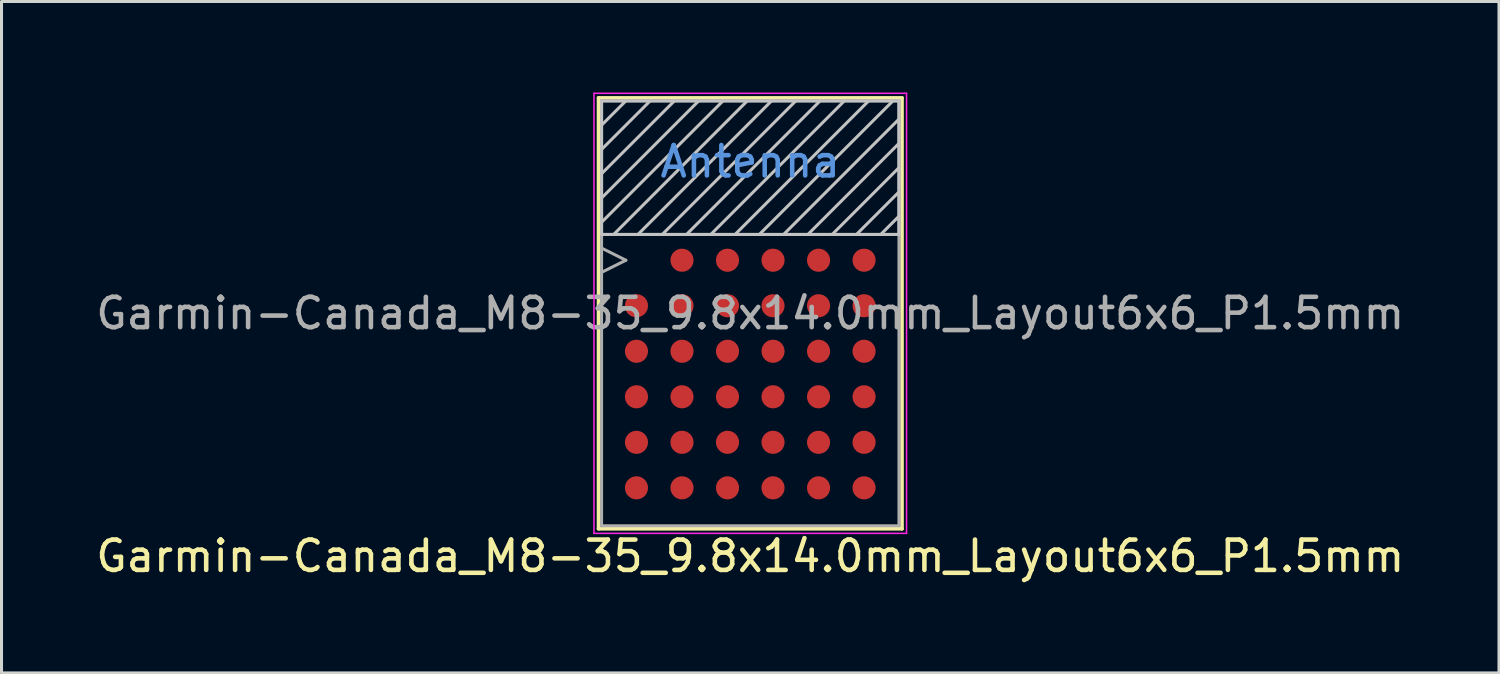
<source format=kicad_pcb>
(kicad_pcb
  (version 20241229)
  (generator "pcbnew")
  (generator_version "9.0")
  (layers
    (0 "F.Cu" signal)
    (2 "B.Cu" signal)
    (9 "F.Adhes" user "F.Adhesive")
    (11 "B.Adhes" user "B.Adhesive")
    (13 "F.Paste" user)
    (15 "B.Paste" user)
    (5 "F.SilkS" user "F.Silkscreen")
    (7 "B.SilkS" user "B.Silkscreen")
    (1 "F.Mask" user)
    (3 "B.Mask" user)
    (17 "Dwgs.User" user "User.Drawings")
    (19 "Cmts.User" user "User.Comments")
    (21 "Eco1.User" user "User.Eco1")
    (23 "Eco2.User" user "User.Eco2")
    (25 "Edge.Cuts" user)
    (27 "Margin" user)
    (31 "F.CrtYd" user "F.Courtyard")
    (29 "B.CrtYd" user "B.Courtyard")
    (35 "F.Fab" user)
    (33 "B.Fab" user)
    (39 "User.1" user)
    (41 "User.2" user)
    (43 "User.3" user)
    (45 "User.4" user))
  (footprint "Garmin-Canada_M8-35_9.8x14.0mm_Layout6x6_P1.5mm"
    (layer "F.Cu")
    (at 21.673 7.275)
    (property "Reference" "Garmin-Canada_M8-35_9.8x14.0mm_Layout6x6_P1.5mm" (at 0 8 0) (layer "F.SilkS") (effects (font (size 1 1) (thickness 0.15))))
    (attr smd)
    (fp_line (start -5 -7.1) (end -5 7.1) (stroke (width 0.12) (type solid)) (layer "F.SilkS"))
    (fp_line (start -5 7.1) (end 5 7.1) (stroke (width 0.12) (type solid)) (layer "F.SilkS"))
    (fp_line (start 5 -7.1) (end -5 -7.1) (stroke (width 0.12) (type solid)) (layer "F.SilkS"))
    (fp_line (start 5 7.1) (end 5 -7.1) (stroke (width 0.12) (type solid)) (layer "F.SilkS"))
    (fp_poly (pts (xy -4.18 -0.315) (xy -4.18 -0.68) (xy -3.815 -0.68) (xy -3.815 -0.315)) (stroke (width 0) (type solid)) (fill yes) (layer "F.Paste"))
    (fp_poly (pts (xy -4.18 0.18) (xy -4.18 -0.185) (xy -3.815 -0.185) (xy -3.815 0.18)) (stroke (width 0) (type solid)) (fill yes) (layer "F.Paste"))
    (fp_poly (pts (xy -4.18 1.185) (xy -4.18 0.82) (xy -3.815 0.82) (xy -3.815 1.185)) (stroke (width 0) (type solid)) (fill yes) (layer "F.Paste"))
    (fp_poly (pts (xy -4.18 1.68) (xy -4.18 1.315) (xy -3.815 1.315) (xy -3.815 1.68)) (stroke (width 0) (type solid)) (fill yes) (layer "F.Paste"))
    (fp_poly (pts (xy -4.18 2.685) (xy -4.18 2.32) (xy -3.815 2.32) (xy -3.815 2.685)) (stroke (width 0) (type solid)) (fill yes) (layer "F.Paste"))
    (fp_poly (pts (xy -4.18 3.18) (xy -4.18 2.815) (xy -3.815 2.815) (xy -3.815 3.18)) (stroke (width 0) (type solid)) (fill yes) (layer "F.Paste"))
    (fp_poly (pts (xy -4.18 4.185) (xy -4.18 3.82) (xy -3.815 3.82) (xy -3.815 4.185)) (stroke (width 0) (type solid)) (fill yes) (layer "F.Paste"))
    (fp_poly (pts (xy -4.18 4.68) (xy -4.18 4.315) (xy -3.815 4.315) (xy -3.815 4.68)) (stroke (width 0) (type solid)) (fill yes) (layer "F.Paste"))
    (fp_poly (pts (xy -4.18 5.685) (xy -4.18 5.32) (xy -3.815 5.32) (xy -3.815 5.685)) (stroke (width 0) (type solid)) (fill yes) (layer "F.Paste"))
    (fp_poly (pts (xy -4.18 6.18) (xy -4.18 5.815) (xy -3.815 5.815) (xy -3.815 6.18)) (stroke (width 0) (type solid)) (fill yes) (layer "F.Paste"))
    (fp_poly (pts (xy -3.685 -0.315) (xy -3.685 -0.68) (xy -3.32 -0.68) (xy -3.32 -0.315)) (stroke (width 0) (type solid)) (fill yes) (layer "F.Paste"))
    (fp_poly (pts (xy -3.685 0.18) (xy -3.685 -0.185) (xy -3.32 -0.185) (xy -3.32 0.18)) (stroke (width 0) (type solid)) (fill yes) (layer "F.Paste"))
    (fp_poly (pts (xy -3.685 1.185) (xy -3.685 0.82) (xy -3.32 0.82) (xy -3.32 1.185)) (stroke (width 0) (type solid)) (fill yes) (layer "F.Paste"))
    (fp_poly (pts (xy -3.685 1.68) (xy -3.685 1.315) (xy -3.32 1.315) (xy -3.32 1.68)) (stroke (width 0) (type solid)) (fill yes) (layer "F.Paste"))
    (fp_poly (pts (xy -3.685 2.685) (xy -3.685 2.32) (xy -3.32 2.32) (xy -3.32 2.685)) (stroke (width 0) (type solid)) (fill yes) (layer "F.Paste"))
    (fp_poly (pts (xy -3.685 3.18) (xy -3.685 2.815) (xy -3.32 2.815) (xy -3.32 3.18)) (stroke (width 0) (type solid)) (fill yes) (layer "F.Paste"))
    (fp_poly (pts (xy -3.685 4.185) (xy -3.685 3.82) (xy -3.32 3.82) (xy -3.32 4.185)) (stroke (width 0) (type solid)) (fill yes) (layer "F.Paste"))
    (fp_poly (pts (xy -3.685 4.68) (xy -3.685 4.315) (xy -3.32 4.315) (xy -3.32 4.68)) (stroke (width 0) (type solid)) (fill yes) (layer "F.Paste"))
    (fp_poly (pts (xy -3.685 5.685) (xy -3.685 5.32) (xy -3.32 5.32) (xy -3.32 5.685)) (stroke (width 0) (type solid)) (fill yes) (layer "F.Paste"))
    (fp_poly (pts (xy -3.685 6.18) (xy -3.685 5.815) (xy -3.32 5.815) (xy -3.32 6.18)) (stroke (width 0) (type solid)) (fill yes) (layer "F.Paste"))
    (fp_poly (pts (xy -2.68 -1.815) (xy -2.68 -2.18) (xy -2.315 -2.18) (xy -2.315 -1.815)) (stroke (width 0) (type solid)) (fill yes) (layer "F.Paste"))
    (fp_poly (pts (xy -2.68 -1.32) (xy -2.68 -1.685) (xy -2.315 -1.685) (xy -2.315 -1.32)) (stroke (width 0) (type solid)) (fill yes) (layer "F.Paste"))
    (fp_poly (pts (xy -2.68 -0.315) (xy -2.68 -0.68) (xy -2.315 -0.68) (xy -2.315 -0.315)) (stroke (width 0) (type solid)) (fill yes) (layer "F.Paste"))
    (fp_poly (pts (xy -2.68 0.18) (xy -2.68 -0.185) (xy -2.315 -0.185) (xy -2.315 0.18)) (stroke (width 0) (type solid)) (fill yes) (layer "F.Paste"))
    (fp_poly (pts (xy -2.68 1.185) (xy -2.68 0.82) (xy -2.315 0.82) (xy -2.315 1.185)) (stroke (width 0) (type solid)) (fill yes) (layer "F.Paste"))
    (fp_poly (pts (xy -2.68 1.68) (xy -2.68 1.315) (xy -2.315 1.315) (xy -2.315 1.68)) (stroke (width 0) (type solid)) (fill yes) (layer "F.Paste"))
    (fp_poly (pts (xy -2.68 2.685) (xy -2.68 2.32) (xy -2.315 2.32) (xy -2.315 2.685)) (stroke (width 0) (type solid)) (fill yes) (layer "F.Paste"))
    (fp_poly (pts (xy -2.68 3.18) (xy -2.68 2.815) (xy -2.315 2.815) (xy -2.315 3.18)) (stroke (width 0) (type solid)) (fill yes) (layer "F.Paste"))
    (fp_poly (pts (xy -2.68 4.185) (xy -2.68 3.82) (xy -2.315 3.82) (xy -2.315 4.185)) (stroke (width 0) (type solid)) (fill yes) (layer "F.Paste"))
    (fp_poly (pts (xy -2.68 4.68) (xy -2.68 4.315) (xy -2.315 4.315) (xy -2.315 4.68)) (stroke (width 0) (type solid)) (fill yes) (layer "F.Paste"))
    (fp_poly (pts (xy -2.68 5.685) (xy -2.68 5.32) (xy -2.315 5.32) (xy -2.315 5.685)) (stroke (width 0) (type solid)) (fill yes) (layer "F.Paste"))
    (fp_poly (pts (xy -2.68 6.18) (xy -2.68 5.815) (xy -2.315 5.815) (xy -2.315 6.18)) (stroke (width 0) (type solid)) (fill yes) (layer "F.Paste"))
    (fp_poly (pts (xy -2.185 -1.815) (xy -2.185 -2.18) (xy -1.82 -2.18) (xy -1.82 -1.815)) (stroke (width 0) (type solid)) (fill yes) (layer "F.Paste"))
    (fp_poly (pts (xy -2.185 -1.32) (xy -2.185 -1.685) (xy -1.82 -1.685) (xy -1.82 -1.32)) (stroke (width 0) (type solid)) (fill yes) (layer "F.Paste"))
    (fp_poly (pts (xy -2.185 -0.315) (xy -2.185 -0.68) (xy -1.82 -0.68) (xy -1.82 -0.315)) (stroke (width 0) (type solid)) (fill yes) (layer "F.Paste"))
    (fp_poly (pts (xy -2.185 0.18) (xy -2.185 -0.185) (xy -1.82 -0.185) (xy -1.82 0.18)) (stroke (width 0) (type solid)) (fill yes) (layer "F.Paste"))
    (fp_poly (pts (xy -2.185 1.185) (xy -2.185 0.82) (xy -1.82 0.82) (xy -1.82 1.185)) (stroke (width 0) (type solid)) (fill yes) (layer "F.Paste"))
    (fp_poly (pts (xy -2.185 1.68) (xy -2.185 1.315) (xy -1.82 1.315) (xy -1.82 1.68)) (stroke (width 0) (type solid)) (fill yes) (layer "F.Paste"))
    (fp_poly (pts (xy -2.185 2.685) (xy -2.185 2.32) (xy -1.82 2.32) (xy -1.82 2.685)) (stroke (width 0) (type solid)) (fill yes) (layer "F.Paste"))
    (fp_poly (pts (xy -2.185 3.18) (xy -2.185 2.815) (xy -1.82 2.815) (xy -1.82 3.18)) (stroke (width 0) (type solid)) (fill yes) (layer "F.Paste"))
    (fp_poly (pts (xy -2.185 4.185) (xy -2.185 3.82) (xy -1.82 3.82) (xy -1.82 4.185)) (stroke (width 0) (type solid)) (fill yes) (layer "F.Paste"))
    (fp_poly (pts (xy -2.185 4.68) (xy -2.185 4.315) (xy -1.82 4.315) (xy -1.82 4.68)) (stroke (width 0) (type solid)) (fill yes) (layer "F.Paste"))
    (fp_poly (pts (xy -2.185 5.685) (xy -2.185 5.32) (xy -1.82 5.32) (xy -1.82 5.685)) (stroke (width 0) (type solid)) (fill yes) (layer "F.Paste"))
    (fp_poly (pts (xy -2.185 6.18) (xy -2.185 5.815) (xy -1.82 5.815) (xy -1.82 6.18)) (stroke (width 0) (type solid)) (fill yes) (layer "F.Paste"))
    (fp_poly (pts (xy -1.18 -1.815) (xy -1.18 -2.18) (xy -0.815 -2.18) (xy -0.815 -1.815)) (stroke (width 0) (type solid)) (fill yes) (layer "F.Paste"))
    (fp_poly (pts (xy -1.18 -1.32) (xy -1.18 -1.685) (xy -0.815 -1.685) (xy -0.815 -1.32)) (stroke (width 0) (type solid)) (fill yes) (layer "F.Paste"))
    (fp_poly (pts (xy -1.18 -0.315) (xy -1.18 -0.68) (xy -0.815 -0.68) (xy -0.815 -0.315)) (stroke (width 0) (type solid)) (fill yes) (layer "F.Paste"))
    (fp_poly (pts (xy -1.18 0.18) (xy -1.18 -0.185) (xy -0.815 -0.185) (xy -0.815 0.18)) (stroke (width 0) (type solid)) (fill yes) (layer "F.Paste"))
    (fp_poly (pts (xy -1.18 1.185) (xy -1.18 0.82) (xy -0.815 0.82) (xy -0.815 1.185)) (stroke (width 0) (type solid)) (fill yes) (layer "F.Paste"))
    (fp_poly (pts (xy -1.18 1.68) (xy -1.18 1.315) (xy -0.815 1.315) (xy -0.815 1.68)) (stroke (width 0) (type solid)) (fill yes) (layer "F.Paste"))
    (fp_poly (pts (xy -1.18 2.685) (xy -1.18 2.32) (xy -0.815 2.32) (xy -0.815 2.685)) (stroke (width 0) (type solid)) (fill yes) (layer "F.Paste"))
    (fp_poly (pts (xy -1.18 3.18) (xy -1.18 2.815) (xy -0.815 2.815) (xy -0.815 3.18)) (stroke (width 0) (type solid)) (fill yes) (layer "F.Paste"))
    (fp_poly (pts (xy -1.18 4.185) (xy -1.18 3.82) (xy -0.815 3.82) (xy -0.815 4.185)) (stroke (width 0) (type solid)) (fill yes) (layer "F.Paste"))
    (fp_poly (pts (xy -1.18 4.68) (xy -1.18 4.315) (xy -0.815 4.315) (xy -0.815 4.68)) (stroke (width 0) (type solid)) (fill yes) (layer "F.Paste"))
    (fp_poly (pts (xy -1.18 5.685) (xy -1.18 5.32) (xy -0.815 5.32) (xy -0.815 5.685)) (stroke (width 0) (type solid)) (fill yes) (layer "F.Paste"))
    (fp_poly (pts (xy -1.18 6.18) (xy -1.18 5.815) (xy -0.815 5.815) (xy -0.815 6.18)) (stroke (width 0) (type solid)) (fill yes) (layer "F.Paste"))
    (fp_poly (pts (xy -0.685 -1.815) (xy -0.685 -2.18) (xy -0.32 -2.18) (xy -0.32 -1.815)) (stroke (width 0) (type solid)) (fill yes) (layer "F.Paste"))
    (fp_poly (pts (xy -0.685 -1.32) (xy -0.685 -1.685) (xy -0.32 -1.685) (xy -0.32 -1.32)) (stroke (width 0) (type solid)) (fill yes) (layer "F.Paste"))
    (fp_poly (pts (xy -0.685 -0.315) (xy -0.685 -0.68) (xy -0.32 -0.68) (xy -0.32 -0.315)) (stroke (width 0) (type solid)) (fill yes) (layer "F.Paste"))
    (fp_poly (pts (xy -0.685 0.18) (xy -0.685 -0.185) (xy -0.32 -0.185) (xy -0.32 0.18)) (stroke (width 0) (type solid)) (fill yes) (layer "F.Paste"))
    (fp_poly (pts (xy -0.685 1.185) (xy -0.685 0.82) (xy -0.32 0.82) (xy -0.32 1.185)) (stroke (width 0) (type solid)) (fill yes) (layer "F.Paste"))
    (fp_poly (pts (xy -0.685 1.68) (xy -0.685 1.315) (xy -0.32 1.315) (xy -0.32 1.68)) (stroke (width 0) (type solid)) (fill yes) (layer "F.Paste"))
    (fp_poly (pts (xy -0.685 2.685) (xy -0.685 2.32) (xy -0.32 2.32) (xy -0.32 2.685)) (stroke (width 0) (type solid)) (fill yes) (layer "F.Paste"))
    (fp_poly (pts (xy -0.685 3.18) (xy -0.685 2.815) (xy -0.32 2.815) (xy -0.32 3.18)) (stroke (width 0) (type solid)) (fill yes) (layer "F.Paste"))
    (fp_poly (pts (xy -0.685 4.185) (xy -0.685 3.82) (xy -0.32 3.82) (xy -0.32 4.185)) (stroke (width 0) (type solid)) (fill yes) (layer "F.Paste"))
    (fp_poly (pts (xy -0.685 4.68) (xy -0.685 4.315) (xy -0.32 4.315) (xy -0.32 4.68)) (stroke (width 0) (type solid)) (fill yes) (layer "F.Paste"))
    (fp_poly (pts (xy -0.685 5.685) (xy -0.685 5.32) (xy -0.32 5.32) (xy -0.32 5.685)) (stroke (width 0) (type solid)) (fill yes) (layer "F.Paste"))
    (fp_poly (pts (xy -0.685 6.18) (xy -0.685 5.815) (xy -0.32 5.815) (xy -0.32 6.18)) (stroke (width 0) (type solid)) (fill yes) (layer "F.Paste"))
    (fp_poly (pts (xy 0.32 -1.815) (xy 0.32 -2.18) (xy 0.685 -2.18) (xy 0.685 -1.815)) (stroke (width 0) (type solid)) (fill yes) (layer "F.Paste"))
    (fp_poly (pts (xy 0.32 -1.32) (xy 0.32 -1.685) (xy 0.685 -1.685) (xy 0.685 -1.32)) (stroke (width 0) (type solid)) (fill yes) (layer "F.Paste"))
    (fp_poly (pts (xy 0.32 -0.315) (xy 0.32 -0.68) (xy 0.685 -0.68) (xy 0.685 -0.315)) (stroke (width 0) (type solid)) (fill yes) (layer "F.Paste"))
    (fp_poly (pts (xy 0.32 0.18) (xy 0.32 -0.185) (xy 0.685 -0.185) (xy 0.685 0.18)) (stroke (width 0) (type solid)) (fill yes) (layer "F.Paste"))
    (fp_poly (pts (xy 0.32 1.185) (xy 0.32 0.82) (xy 0.685 0.82) (xy 0.685 1.185)) (stroke (width 0) (type solid)) (fill yes) (layer "F.Paste"))
    (fp_poly (pts (xy 0.32 1.68) (xy 0.32 1.315) (xy 0.685 1.315) (xy 0.685 1.68)) (stroke (width 0) (type solid)) (fill yes) (layer "F.Paste"))
    (fp_poly (pts (xy 0.32 2.685) (xy 0.32 2.32) (xy 0.685 2.32) (xy 0.685 2.685)) (stroke (width 0) (type solid)) (fill yes) (layer "F.Paste"))
    (fp_poly (pts (xy 0.32 3.18) (xy 0.32 2.815) (xy 0.685 2.815) (xy 0.685 3.18)) (stroke (width 0) (type solid)) (fill yes) (layer "F.Paste"))
    (fp_poly (pts (xy 0.32 4.185) (xy 0.32 3.82) (xy 0.685 3.82) (xy 0.685 4.185)) (stroke (width 0) (type solid)) (fill yes) (layer "F.Paste"))
    (fp_poly (pts (xy 0.32 4.68) (xy 0.32 4.315) (xy 0.685 4.315) (xy 0.685 4.68)) (stroke (width 0) (type solid)) (fill yes) (layer "F.Paste"))
    (fp_poly (pts (xy 0.32 5.685) (xy 0.32 5.32) (xy 0.685 5.32) (xy 0.685 5.685)) (stroke (width 0) (type solid)) (fill yes) (layer "F.Paste"))
    (fp_poly (pts (xy 0.32 6.18) (xy 0.32 5.815) (xy 0.685 5.815) (xy 0.685 6.18)) (stroke (width 0) (type solid)) (fill yes) (layer "F.Paste"))
    (fp_poly (pts (xy 0.815 -1.815) (xy 0.815 -2.18) (xy 1.18 -2.18) (xy 1.18 -1.815)) (stroke (width 0) (type solid)) (fill yes) (layer "F.Paste"))
    (fp_poly (pts (xy 0.815 -1.32) (xy 0.815 -1.685) (xy 1.18 -1.685) (xy 1.18 -1.32)) (stroke (width 0) (type solid)) (fill yes) (layer "F.Paste"))
    (fp_poly (pts (xy 0.815 -0.315) (xy 0.815 -0.68) (xy 1.18 -0.68) (xy 1.18 -0.315)) (stroke (width 0) (type solid)) (fill yes) (layer "F.Paste"))
    (fp_poly (pts (xy 0.815 0.18) (xy 0.815 -0.185) (xy 1.18 -0.185) (xy 1.18 0.18)) (stroke (width 0) (type solid)) (fill yes) (layer "F.Paste"))
    (fp_poly (pts (xy 0.815 1.185) (xy 0.815 0.82) (xy 1.18 0.82) (xy 1.18 1.185)) (stroke (width 0) (type solid)) (fill yes) (layer "F.Paste"))
    (fp_poly (pts (xy 0.815 1.68) (xy 0.815 1.315) (xy 1.18 1.315) (xy 1.18 1.68)) (stroke (width 0) (type solid)) (fill yes) (layer "F.Paste"))
    (fp_poly (pts (xy 0.815 2.685) (xy 0.815 2.32) (xy 1.18 2.32) (xy 1.18 2.685)) (stroke (width 0) (type solid)) (fill yes) (layer "F.Paste"))
    (fp_poly (pts (xy 0.815 3.18) (xy 0.815 2.815) (xy 1.18 2.815) (xy 1.18 3.18)) (stroke (width 0) (type solid)) (fill yes) (layer "F.Paste"))
    (fp_poly (pts (xy 0.815 4.185) (xy 0.815 3.82) (xy 1.18 3.82) (xy 1.18 4.185)) (stroke (width 0) (type solid)) (fill yes) (layer "F.Paste"))
    (fp_poly (pts (xy 0.815 4.68) (xy 0.815 4.315) (xy 1.18 4.315) (xy 1.18 4.68)) (stroke (width 0) (type solid)) (fill yes) (layer "F.Paste"))
    (fp_poly (pts (xy 0.815 5.685) (xy 0.815 5.32) (xy 1.18 5.32) (xy 1.18 5.685)) (stroke (width 0) (type solid)) (fill yes) (layer "F.Paste"))
    (fp_poly (pts (xy 0.815 6.18) (xy 0.815 5.815) (xy 1.18 5.815) (xy 1.18 6.18)) (stroke (width 0) (type solid)) (fill yes) (layer "F.Paste"))
    (fp_poly (pts (xy 1.82 -1.815) (xy 1.82 -2.18) (xy 2.185 -2.18) (xy 2.185 -1.815)) (stroke (width 0) (type solid)) (fill yes) (layer "F.Paste"))
    (fp_poly (pts (xy 1.82 -1.32) (xy 1.82 -1.685) (xy 2.185 -1.685) (xy 2.185 -1.32)) (stroke (width 0) (type solid)) (fill yes) (layer "F.Paste"))
    (fp_poly (pts (xy 1.82 -0.315) (xy 1.82 -0.68) (xy 2.185 -0.68) (xy 2.185 -0.315)) (stroke (width 0) (type solid)) (fill yes) (layer "F.Paste"))
    (fp_poly (pts (xy 1.82 0.18) (xy 1.82 -0.185) (xy 2.185 -0.185) (xy 2.185 0.18)) (stroke (width 0) (type solid)) (fill yes) (layer "F.Paste"))
    (fp_poly (pts (xy 1.82 1.185) (xy 1.82 0.82) (xy 2.185 0.82) (xy 2.185 1.185)) (stroke (width 0) (type solid)) (fill yes) (layer "F.Paste"))
    (fp_poly (pts (xy 1.82 1.68) (xy 1.82 1.315) (xy 2.185 1.315) (xy 2.185 1.68)) (stroke (width 0) (type solid)) (fill yes) (layer "F.Paste"))
    (fp_poly (pts (xy 1.82 2.685) (xy 1.82 2.32) (xy 2.185 2.32) (xy 2.185 2.685)) (stroke (width 0) (type solid)) (fill yes) (layer "F.Paste"))
    (fp_poly (pts (xy 1.82 3.18) (xy 1.82 2.815) (xy 2.185 2.815) (xy 2.185 3.18)) (stroke (width 0) (type solid)) (fill yes) (layer "F.Paste"))
    (fp_poly (pts (xy 1.82 4.185) (xy 1.82 3.82) (xy 2.185 3.82) (xy 2.185 4.185)) (stroke (width 0) (type solid)) (fill yes) (layer "F.Paste"))
    (fp_poly (pts (xy 1.82 4.68) (xy 1.82 4.315) (xy 2.185 4.315) (xy 2.185 4.68)) (stroke (width 0) (type solid)) (fill yes) (layer "F.Paste"))
    (fp_poly (pts (xy 1.82 5.685) (xy 1.82 5.32) (xy 2.185 5.32) (xy 2.185 5.685)) (stroke (width 0) (type solid)) (fill yes) (layer "F.Paste"))
    (fp_poly (pts (xy 1.82 6.18) (xy 1.82 5.815) (xy 2.185 5.815) (xy 2.185 6.18)) (stroke (width 0) (type solid)) (fill yes) (layer "F.Paste"))
    (fp_poly (pts (xy 2.315 -1.815) (xy 2.315 -2.18) (xy 2.68 -2.18) (xy 2.68 -1.815)) (stroke (width 0) (type solid)) (fill yes) (layer "F.Paste"))
    (fp_poly (pts (xy 2.315 -1.32) (xy 2.315 -1.685) (xy 2.68 -1.685) (xy 2.68 -1.32)) (stroke (width 0) (type solid)) (fill yes) (layer "F.Paste"))
    (fp_poly (pts (xy 2.315 -0.315) (xy 2.315 -0.68) (xy 2.68 -0.68) (xy 2.68 -0.315)) (stroke (width 0) (type solid)) (fill yes) (layer "F.Paste"))
    (fp_poly (pts (xy 2.315 0.18) (xy 2.315 -0.185) (xy 2.68 -0.185) (xy 2.68 0.18)) (stroke (width 0) (type solid)) (fill yes) (layer "F.Paste"))
    (fp_poly (pts (xy 2.315 1.185) (xy 2.315 0.82) (xy 2.68 0.82) (xy 2.68 1.185)) (stroke (width 0) (type solid)) (fill yes) (layer "F.Paste"))
    (fp_poly (pts (xy 2.315 1.68) (xy 2.315 1.315) (xy 2.68 1.315) (xy 2.68 1.68)) (stroke (width 0) (type solid)) (fill yes) (layer "F.Paste"))
    (fp_poly (pts (xy 2.315 2.685) (xy 2.315 2.32) (xy 2.68 2.32) (xy 2.68 2.685)) (stroke (width 0) (type solid)) (fill yes) (layer "F.Paste"))
    (fp_poly (pts (xy 2.315 3.18) (xy 2.315 2.815) (xy 2.68 2.815) (xy 2.68 3.18)) (stroke (width 0) (type solid)) (fill yes) (layer "F.Paste"))
    (fp_poly (pts (xy 2.315 4.185) (xy 2.315 3.82) (xy 2.68 3.82) (xy 2.68 4.185)) (stroke (width 0) (type solid)) (fill yes) (layer "F.Paste"))
    (fp_poly (pts (xy 2.315 4.68) (xy 2.315 4.315) (xy 2.68 4.315) (xy 2.68 4.68)) (stroke (width 0) (type solid)) (fill yes) (layer "F.Paste"))
    (fp_poly (pts (xy 2.315 5.685) (xy 2.315 5.32) (xy 2.68 5.32) (xy 2.68 5.685)) (stroke (width 0) (type solid)) (fill yes) (layer "F.Paste"))
    (fp_poly (pts (xy 2.315 6.18) (xy 2.315 5.815) (xy 2.68 5.815) (xy 2.68 6.18)) (stroke (width 0) (type solid)) (fill yes) (layer "F.Paste"))
    (fp_poly (pts (xy 3.32 -1.815) (xy 3.32 -2.18) (xy 3.685 -2.18) (xy 3.685 -1.815)) (stroke (width 0) (type solid)) (fill yes) (layer "F.Paste"))
    (fp_poly (pts (xy 3.32 -1.32) (xy 3.32 -1.685) (xy 3.685 -1.685) (xy 3.685 -1.32)) (stroke (width 0) (type solid)) (fill yes) (layer "F.Paste"))
    (fp_poly (pts (xy 3.32 -0.315) (xy 3.32 -0.68) (xy 3.685 -0.68) (xy 3.685 -0.315)) (stroke (width 0) (type solid)) (fill yes) (layer "F.Paste"))
    (fp_poly (pts (xy 3.32 0.18) (xy 3.32 -0.185) (xy 3.685 -0.185) (xy 3.685 0.18)) (stroke (width 0) (type solid)) (fill yes) (layer "F.Paste"))
    (fp_poly (pts (xy 3.32 1.185) (xy 3.32 0.82) (xy 3.685 0.82) (xy 3.685 1.185)) (stroke (width 0) (type solid)) (fill yes) (layer "F.Paste"))
    (fp_poly (pts (xy 3.32 1.68) (xy 3.32 1.315) (xy 3.685 1.315) (xy 3.685 1.68)) (stroke (width 0) (type solid)) (fill yes) (layer "F.Paste"))
    (fp_poly (pts (xy 3.32 2.685) (xy 3.32 2.32) (xy 3.685 2.32) (xy 3.685 2.685)) (stroke (width 0) (type solid)) (fill yes) (layer "F.Paste"))
    (fp_poly (pts (xy 3.32 3.18) (xy 3.32 2.815) (xy 3.685 2.815) (xy 3.685 3.18)) (stroke (width 0) (type solid)) (fill yes) (layer "F.Paste"))
    (fp_poly (pts (xy 3.32 4.185) (xy 3.32 3.82) (xy 3.685 3.82) (xy 3.685 4.185)) (stroke (width 0) (type solid)) (fill yes) (layer "F.Paste"))
    (fp_poly (pts (xy 3.32 4.68) (xy 3.32 4.315) (xy 3.685 4.315) (xy 3.685 4.68)) (stroke (width 0) (type solid)) (fill yes) (layer "F.Paste"))
    (fp_poly (pts (xy 3.32 5.685) (xy 3.32 5.32) (xy 3.685 5.32) (xy 3.685 5.685)) (stroke (width 0) (type solid)) (fill yes) (layer "F.Paste"))
    (fp_poly (pts (xy 3.32 6.18) (xy 3.32 5.815) (xy 3.685 5.815) (xy 3.685 6.18)) (stroke (width 0) (type solid)) (fill yes) (layer "F.Paste"))
    (fp_poly (pts (xy 3.815 -1.815) (xy 3.815 -2.18) (xy 4.18 -2.18) (xy 4.18 -1.815)) (stroke (width 0) (type solid)) (fill yes) (layer "F.Paste"))
    (fp_poly (pts (xy 3.815 -1.32) (xy 3.815 -1.685) (xy 4.18 -1.685) (xy 4.18 -1.32)) (stroke (width 0) (type solid)) (fill yes) (layer "F.Paste"))
    (fp_poly (pts (xy 3.815 -0.315) (xy 3.815 -0.68) (xy 4.18 -0.68) (xy 4.18 -0.315)) (stroke (width 0) (type solid)) (fill yes) (layer "F.Paste"))
    (fp_poly (pts (xy 3.815 0.18) (xy 3.815 -0.185) (xy 4.18 -0.185) (xy 4.18 0.18)) (stroke (width 0) (type solid)) (fill yes) (layer "F.Paste"))
    (fp_poly (pts (xy 3.815 1.185) (xy 3.815 0.82) (xy 4.18 0.82) (xy 4.18 1.185)) (stroke (width 0) (type solid)) (fill yes) (layer "F.Paste"))
    (fp_poly (pts (xy 3.815 1.68) (xy 3.815 1.315) (xy 4.18 1.315) (xy 4.18 1.68)) (stroke (width 0) (type solid)) (fill yes) (layer "F.Paste"))
    (fp_poly (pts (xy 3.815 2.685) (xy 3.815 2.32) (xy 4.18 2.32) (xy 4.18 2.685)) (stroke (width 0) (type solid)) (fill yes) (layer "F.Paste"))
    (fp_poly (pts (xy 3.815 3.18) (xy 3.815 2.815) (xy 4.18 2.815) (xy 4.18 3.18)) (stroke (width 0) (type solid)) (fill yes) (layer "F.Paste"))
    (fp_poly (pts (xy 3.815 4.185) (xy 3.815 3.82) (xy 4.18 3.82) (xy 4.18 4.185)) (stroke (width 0) (type solid)) (fill yes) (layer "F.Paste"))
    (fp_poly (pts (xy 3.815 4.68) (xy 3.815 4.315) (xy 4.18 4.315) (xy 4.18 4.68)) (stroke (width 0) (type solid)) (fill yes) (layer "F.Paste"))
    (fp_poly (pts (xy 3.815 5.685) (xy 3.815 5.32) (xy 4.18 5.32) (xy 4.18 5.685)) (stroke (width 0) (type solid)) (fill yes) (layer "F.Paste"))
    (fp_poly (pts (xy 3.815 6.18) (xy 3.815 5.815) (xy 4.18 5.815) (xy 4.18 6.18)) (stroke (width 0) (type solid)) (fill yes) (layer "F.Paste"))
    (fp_line (start -4.9 -7) (end -4.9 -2.625) (stroke (width 0.1) (type solid)) (layer "Dwgs.User"))
    (fp_line (start -4.9 -6.2) (end -4.1 -7) (stroke (width 0.1) (type solid)) (layer "Dwgs.User"))
    (fp_line (start -4.9 -5.4) (end -3.3 -7) (stroke (width 0.1) (type solid)) (layer "Dwgs.User"))
    (fp_line (start -4.9 -4.6) (end -2.5 -7) (stroke (width 0.1) (type solid)) (layer "Dwgs.User"))
    (fp_line (start -4.9 -3.8) (end -1.7 -7) (stroke (width 0.1) (type solid)) (layer "Dwgs.User"))
    (fp_line (start -4.9 -3) (end -0.9 -7) (stroke (width 0.1) (type solid)) (layer "Dwgs.User"))
    (fp_line (start -4.9 -2.6) (end 4.9 -2.6) (stroke (width 0.1) (type solid)) (layer "Dwgs.User"))
    (fp_line (start -4.5 -2.6) (end -0.1 -7) (stroke (width 0.1) (type solid)) (layer "Dwgs.User"))
    (fp_line (start 0.7 -7) (end -3.7 -2.6) (stroke (width 0.1) (type solid)) (layer "Dwgs.User"))
    (fp_line (start 1.5 -7) (end -2.9 -2.6) (stroke (width 0.1) (type solid)) (layer "Dwgs.User"))
    (fp_line (start 2.3 -7) (end -2.1 -2.6) (stroke (width 0.1) (type solid)) (layer "Dwgs.User"))
    (fp_line (start 3.1 -7) (end -1.3 -2.6) (stroke (width 0.1) (type solid)) (layer "Dwgs.User"))
    (fp_line (start 3.9 -7) (end -0.5 -2.6) (stroke (width 0.1) (type solid)) (layer "Dwgs.User"))
    (fp_line (start 4.7 -7) (end 0.3 -2.6) (stroke (width 0.1) (type solid)) (layer "Dwgs.User"))
    (fp_line (start 4.9 -7) (end -4.9 -7) (stroke (width 0.1) (type solid)) (layer "Dwgs.User"))
    (fp_line (start 4.9 -6.4) (end 1.1 -2.6) (stroke (width 0.1) (type solid)) (layer "Dwgs.User"))
    (fp_line (start 4.9 -5.6) (end 1.9 -2.6) (stroke (width 0.1) (type solid)) (layer "Dwgs.User"))
    (fp_line (start 4.9 -4.8) (end 2.7 -2.6) (stroke (width 0.1) (type solid)) (layer "Dwgs.User"))
    (fp_line (start 4.9 -4) (end 3.5 -2.6) (stroke (width 0.1) (type solid)) (layer "Dwgs.User"))
    (fp_line (start 4.9 -3.2) (end 4.3 -2.6) (stroke (width 0.1) (type solid)) (layer "Dwgs.User"))
    (fp_line (start 4.9 -2.6) (end 4.9 -7) (stroke (width 0.1) (type solid)) (layer "Dwgs.User"))
    (fp_line (start -5.15 -7.25) (end 5.15 -7.25) (stroke (width 0.05) (type solid)) (layer "F.CrtYd"))
    (fp_line (start -5.15 7.25) (end -5.15 -7.25) (stroke (width 0.05) (type solid)) (layer "F.CrtYd"))
    (fp_line (start 5.15 -7.25) (end 5.15 7.25) (stroke (width 0.05) (type solid)) (layer "F.CrtYd"))
    (fp_line (start 5.15 7.25) (end -5.15 7.25) (stroke (width 0.05) (type solid)) (layer "F.CrtYd"))
    (fp_line (start -4.9 -7) (end 4.9 -7) (stroke (width 0.1) (type solid)) (layer "F.Fab"))
    (fp_line (start -4.9 -2.6) (end 4.9 -2.6) (stroke (width 0.1) (type solid)) (layer "F.Fab"))
    (fp_line (start -4.9 -2.15) (end -4.1 -1.75) (stroke (width 0.1) (type solid)) (layer "F.Fab"))
    (fp_line (start -4.9 -1.35) (end -4.1 -1.75) (stroke (width 0.1) (type solid)) (layer "F.Fab"))
    (fp_line (start -4.9 7) (end -4.9 -7) (stroke (width 0.1) (type solid)) (layer "F.Fab"))
    (fp_line (start 4.9 -7) (end 4.9 7) (stroke (width 0.1) (type solid)) (layer "F.Fab"))
    (fp_line (start 4.9 7) (end -4.9 7) (stroke (width 0.1) (type solid)) (layer "F.Fab"))
    (fp_text user "Antenna" (at 0 -5 0) (layer "Cmts.User") (effects (font (size 1 1) (thickness 0.15))))
    (fp_text user "${REFERENCE}" (at 0 0 0) (layer "F.Fab") (effects (font (size 1 1) (thickness 0.15))))
    (pad "A2" smd circle (at -2.25 -1.75) (size 0.762 0.762) (layers "F.Cu" "F.Mask" "F.Paste"))
    (pad "A3" smd circle (at -0.75 -1.75) (size 0.762 0.762) (layers "F.Cu" "F.Mask" "F.Paste"))
    (pad "A4" smd circle (at 0.75 -1.75) (size 0.762 0.762) (layers "F.Cu" "F.Mask" "F.Paste"))
    (pad "A5" smd circle (at 2.25 -1.75) (size 0.762 0.762) (layers "F.Cu" "F.Mask" "F.Paste"))
    (pad "A6" smd circle (at 3.75 -1.75) (size 0.762 0.762) (layers "F.Cu" "F.Mask" "F.Paste"))
    (pad "B1" smd circle (at -3.75 -0.25) (size 0.762 0.762) (layers "F.Cu" "F.Mask" "F.Paste"))
    (pad "B2" smd circle (at -2.25 -0.25) (size 0.762 0.762) (layers "F.Cu" "F.Mask" "F.Paste"))
    (pad "B3" smd circle (at -0.75 -0.25) (size 0.762 0.762) (layers "F.Cu" "F.Mask" "F.Paste"))
    (pad "B4" smd circle (at 0.75 -0.25) (size 0.762 0.762) (layers "F.Cu" "F.Mask" "F.Paste"))
    (pad "B5" smd circle (at 2.25 -0.25) (size 0.762 0.762) (layers "F.Cu" "F.Mask" "F.Paste"))
    (pad "B6" smd circle (at 3.75 -0.25) (size 0.762 0.762) (layers "F.Cu" "F.Mask" "F.Paste"))
    (pad "C1" smd circle (at -3.75 1.25) (size 0.762 0.762) (layers "F.Cu" "F.Mask" "F.Paste"))
    (pad "C2" smd circle (at -2.25 1.25) (size 0.762 0.762) (layers "F.Cu" "F.Mask" "F.Paste"))
    (pad "C3" smd circle (at -0.75 1.25) (size 0.762 0.762) (layers "F.Cu" "F.Mask" "F.Paste"))
    (pad "C4" smd circle (at 0.75 1.25) (size 0.762 0.762) (layers "F.Cu" "F.Mask" "F.Paste"))
    (pad "C5" smd circle (at 2.25 1.25) (size 0.762 0.762) (layers "F.Cu" "F.Mask" "F.Paste"))
    (pad "C6" smd circle (at 3.75 1.25) (size 0.762 0.762) (layers "F.Cu" "F.Mask" "F.Paste"))
    (pad "D1" smd circle (at -3.75 2.75) (size 0.762 0.762) (layers "F.Cu" "F.Mask" "F.Paste"))
    (pad "D2" smd circle (at -2.25 2.75) (size 0.762 0.762) (layers "F.Cu" "F.Mask" "F.Paste"))
    (pad "D3" smd circle (at -0.75 2.75) (size 0.762 0.762) (layers "F.Cu" "F.Mask" "F.Paste"))
    (pad "D4" smd circle (at 0.75 2.75) (size 0.762 0.762) (layers "F.Cu" "F.Mask" "F.Paste"))
    (pad "D5" smd circle (at 2.25 2.75) (size 0.762 0.762) (layers "F.Cu" "F.Mask" "F.Paste"))
    (pad "D6" smd circle (at 3.75 2.75) (size 0.762 0.762) (layers "F.Cu" "F.Mask" "F.Paste"))
    (pad "E1" smd circle (at -3.75 4.25) (size 0.762 0.762) (layers "F.Cu" "F.Mask" "F.Paste"))
    (pad "E2" smd circle (at -2.25 4.25) (size 0.762 0.762) (layers "F.Cu" "F.Mask" "F.Paste"))
    (pad "E3" smd circle (at -0.75 4.25) (size 0.762 0.762) (layers "F.Cu" "F.Mask" "F.Paste"))
    (pad "E4" smd circle (at 0.75 4.25) (size 0.762 0.762) (layers "F.Cu" "F.Mask" "F.Paste"))
    (pad "E5" smd circle (at 2.25 4.25) (size 0.762 0.762) (layers "F.Cu" "F.Mask" "F.Paste"))
    (pad "E6" smd circle (at 3.75 4.25) (size 0.762 0.762) (layers "F.Cu" "F.Mask" "F.Paste"))
    (pad "F1" smd circle (at -3.75 5.75) (size 0.762 0.762) (layers "F.Cu" "F.Mask" "F.Paste"))
    (pad "F2" smd circle (at -2.25 5.75) (size 0.762 0.762) (layers "F.Cu" "F.Mask" "F.Paste"))
    (pad "F3" smd circle (at -0.75 5.75) (size 0.762 0.762) (layers "F.Cu" "F.Mask" "F.Paste"))
    (pad "F4" smd circle (at 0.75 5.75) (size 0.762 0.762) (layers "F.Cu" "F.Mask" "F.Paste"))
    (pad "F5" smd circle (at 2.25 5.75) (size 0.762 0.762) (layers "F.Cu" "F.Mask" "F.Paste"))
    (pad "F6" smd circle (at 3.75 5.75) (size 0.762 0.762) (layers "F.Cu" "F.Mask" "F.Paste")))
  (gr_rect
    (start -3 -3)
    (end 46.345 19.123)
    (stroke (width 0.1) (type default))
    (fill no)
    (layer "Edge.Cuts")))
</source>
